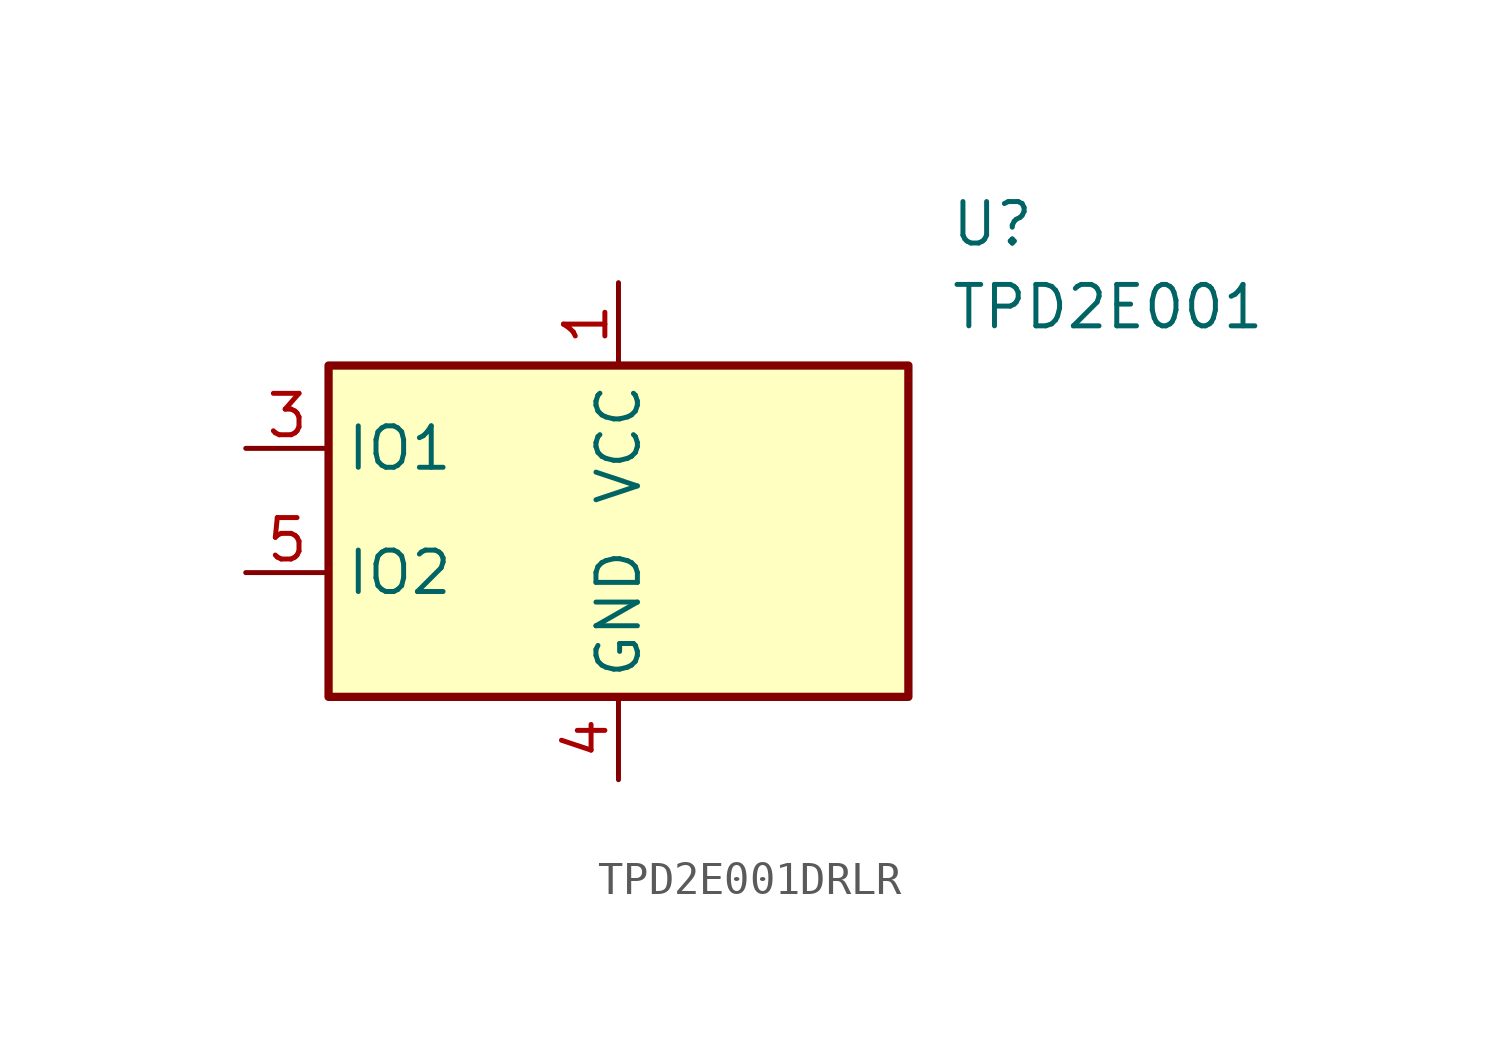
<source format=kicad_sym>
(kicad_symbol_lib
  (version 20220914)
  (generator kicad_symbol_editor)
  (symbol "TPD2E001DRLR"
    (property "Reference" "U"
      (at 24.13 7.62 0)
      (effects (font (size 1.27 1.27)) (justify left top)))
    (property "Value" "TPD2E001"
      (at 24.13 5.08 0)
      (effects (font (size 1.27 1.27)) (justify left top)))
    (symbol "TPD2E001DRLR_1_1"
      (rectangle (start 5.08 2.54) (end 22.86 -7.62) (stroke (width 0.254) (type default)) (fill (type background)))
      (pin passive line (at 13.97 5.08 270) (length 2.54) (name "VCC" (effects (font (size 1.27 1.27)))) (number "1" (effects (font (size 1.27 1.27)))))
      (pin no_connect line (at 27.94 -5.08 180) (length 5.08) hide (name "N.C." (effects (font (size 1.27 1.27)))) (number "2" (effects (font (size 1.27 1.27)))))
      (pin passive line (at 2.54 0 0) (length 2.54) (name "IO1" (effects (font (size 1.27 1.27)))) (number "3" (effects (font (size 1.27 1.27)))))
      (pin passive line (at 13.97 -10.16 90) (length 2.54) (name "GND" (effects (font (size 1.27 1.27)))) (number "4" (effects (font (size 1.27 1.27)))))
      (pin passive line (at 2.54 -3.81 0) (length 2.54) (name "IO2" (effects (font (size 1.27 1.27)))) (number "5" (effects (font (size 1.27 1.27))))))))
</source>
